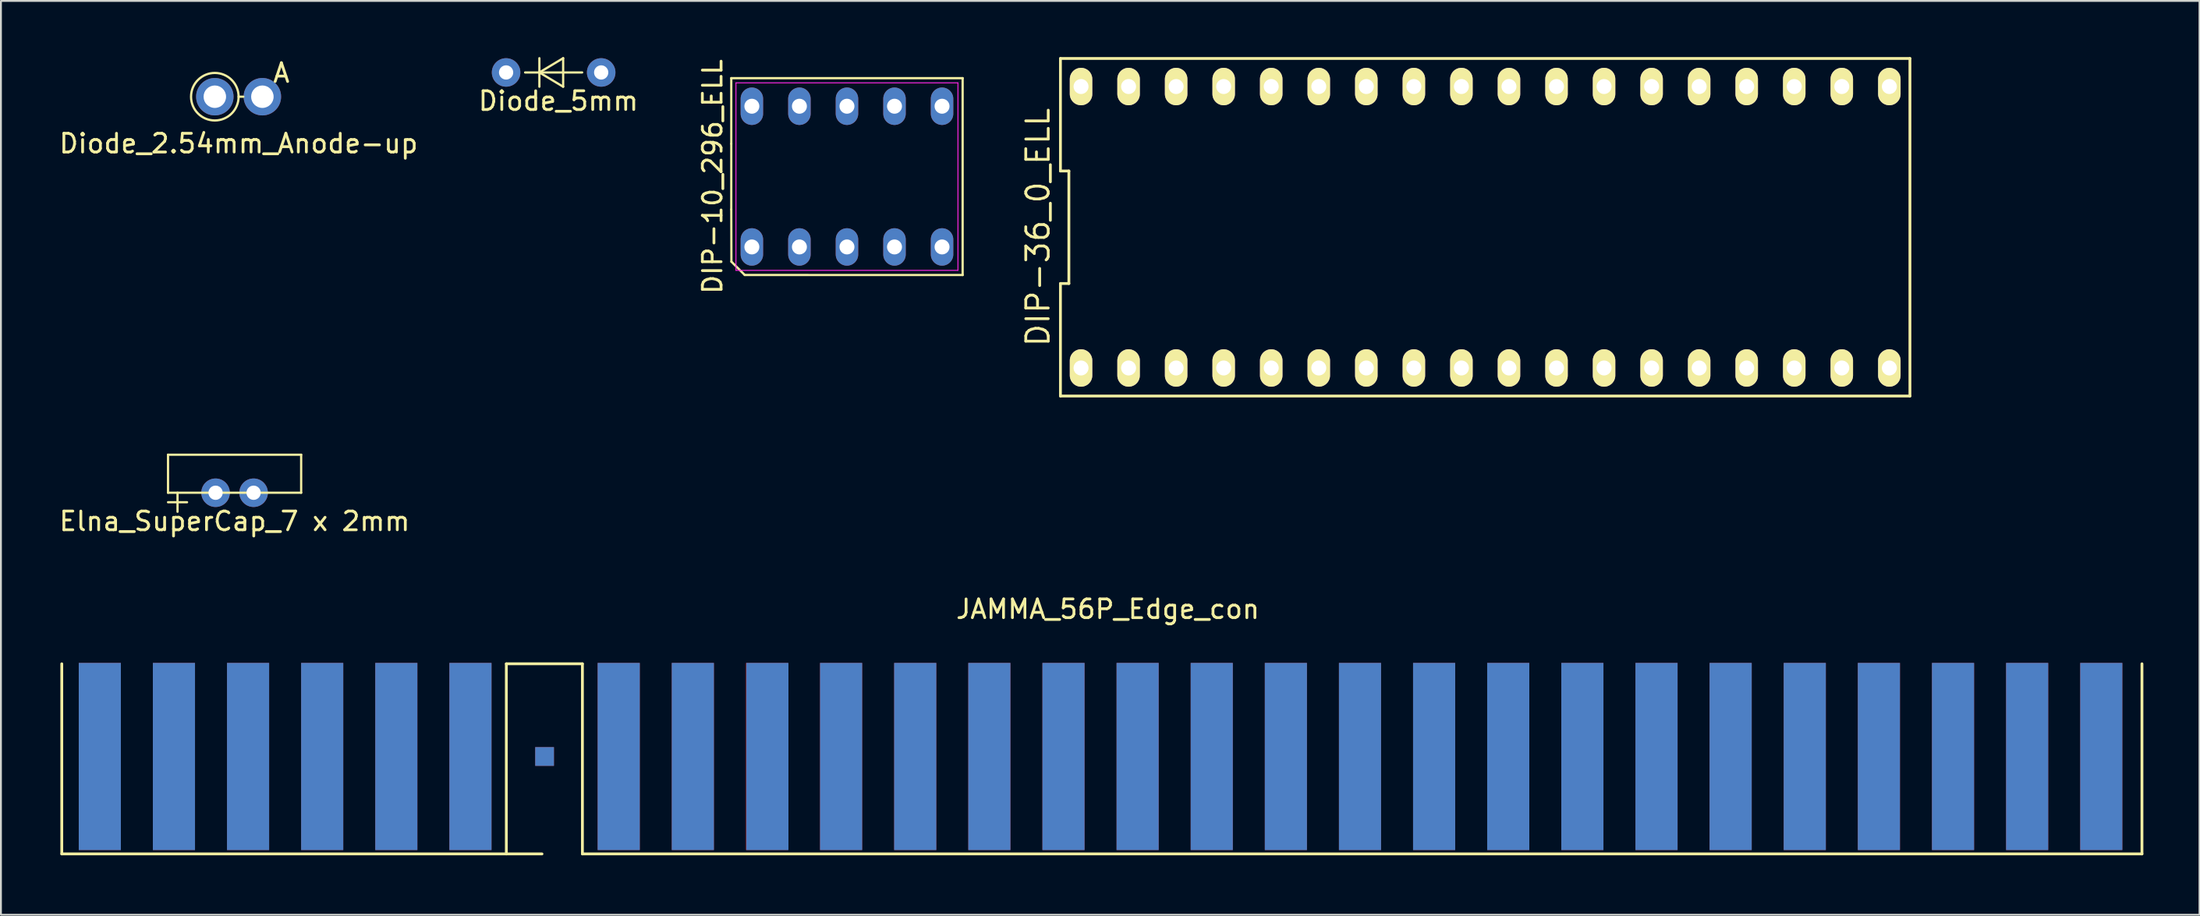
<source format=kicad_pcb>
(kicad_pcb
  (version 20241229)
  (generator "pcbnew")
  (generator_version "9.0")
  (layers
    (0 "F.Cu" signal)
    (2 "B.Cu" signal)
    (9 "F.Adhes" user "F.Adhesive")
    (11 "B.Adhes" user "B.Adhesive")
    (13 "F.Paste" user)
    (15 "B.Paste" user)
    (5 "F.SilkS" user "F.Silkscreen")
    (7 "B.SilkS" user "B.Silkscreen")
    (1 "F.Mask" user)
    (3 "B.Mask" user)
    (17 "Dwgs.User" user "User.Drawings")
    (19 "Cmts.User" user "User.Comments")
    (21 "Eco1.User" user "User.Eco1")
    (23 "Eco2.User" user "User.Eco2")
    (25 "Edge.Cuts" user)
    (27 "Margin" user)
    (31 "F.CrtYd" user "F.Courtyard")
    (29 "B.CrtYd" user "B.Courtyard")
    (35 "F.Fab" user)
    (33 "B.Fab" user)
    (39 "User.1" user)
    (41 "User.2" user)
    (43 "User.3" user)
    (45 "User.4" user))
  (footprint "JAMMA_56P_Edge_con"
    (layer "F.Cu")
    (at 0.25 42.584)
    (property "Reference" "JAMMA_56P_Edge_con" (at 55.88 -13.081 0) (layer "F.SilkS") (effects (font (size 1 1) (thickness 0.15))))
    (attr through_hole)
    (fp_line (start 0 -10.16) (end 0 0) (stroke (width 0.15) (type solid)) (layer "F.SilkS"))
    (fp_line (start 0 0) (end 25.654 0) (stroke (width 0.15) (type solid)) (layer "F.SilkS"))
    (fp_line (start 23.749 -10.16) (end 27.813 -10.16) (stroke (width 0.15) (type solid)) (layer "F.SilkS"))
    (fp_line (start 23.749 0) (end 23.749 -10.16) (stroke (width 0.15) (type solid)) (layer "F.SilkS"))
    (fp_line (start 27.813 -10.16) (end 27.813 0) (stroke (width 0.15) (type solid)) (layer "F.SilkS"))
    (fp_line (start 27.813 0) (end 111.125 0) (stroke (width 0.15) (type solid)) (layer "F.SilkS"))
    (fp_line (start 111.125 0) (end 111.125 -10.16) (stroke (width 0.15) (type solid)) (layer "F.SilkS"))
    (pad "1" smd rect (at 2.032 -5.207) (size 2.25 10) (layers "F.Cu" "F.Mask" "F.Paste"))
    (pad "2" smd rect (at 5.992 -5.207) (size 2.25 10) (layers "F.Cu" "F.Mask" "F.Paste"))
    (pad "3" smd rect (at 9.952 -5.207) (size 2.25 10) (layers "F.Cu" "F.Mask" "F.Paste"))
    (pad "4" smd rect (at 13.912 -5.207) (size 2.25 10) (layers "*.Paste" "*.Mask" "F.Cu"))
    (pad "5" smd rect (at 17.872 -5.207) (size 2.25 10) (layers "*.Paste" "*.Mask" "F.Cu"))
    (pad "6" smd rect (at 21.832 -5.207) (size 2.25 10) (layers "*.Paste" "*.Mask" "F.Cu"))
    (pad "7" smd rect (at 25.792 -5.207) (size 1 1) (layers "*.Paste" "*.Mask" "F.Cu"))
    (pad "8" smd rect (at 29.752 -5.207) (size 2.25 10) (layers "*.Paste" "*.Mask" "F.Cu"))
    (pad "9" smd rect (at 33.712 -5.207) (size 2.25 10) (layers "*.Paste" "*.Mask" "F.Cu"))
    (pad "10" smd rect (at 37.672 -5.207) (size 2.25 10) (layers "*.Paste" "*.Mask" "F.Cu"))
    (pad "11" smd rect (at 41.632 -5.207) (size 2.25 10) (layers "*.Paste" "*.Mask" "F.Cu"))
    (pad "12" smd rect (at 45.592 -5.207) (size 2.25 10) (layers "*.Paste" "*.Mask" "F.Cu"))
    (pad "13" smd rect (at 49.552 -5.207) (size 2.25 10) (layers "*.Paste" "*.Mask" "F.Cu"))
    (pad "14" smd rect (at 53.512 -5.207) (size 2.25 10) (layers "*.Paste" "*.Mask" "F.Cu"))
    (pad "15" smd rect (at 57.472 -5.207) (size 2.25 10) (layers "*.Paste" "*.Mask" "F.Cu"))
    (pad "16" smd rect (at 61.432 -5.207) (size 2.25 10) (layers "*.Paste" "*.Mask" "F.Cu"))
    (pad "17" smd rect (at 65.392 -5.207) (size 2.25 10) (layers "*.Paste" "*.Mask" "F.Cu"))
    (pad "18" smd rect (at 69.352 -5.207) (size 2.25 10) (layers "*.Paste" "*.Mask" "F.Cu"))
    (pad "19" smd rect (at 73.312 -5.207) (size 2.25 10) (layers "*.Paste" "*.Mask" "F.Cu"))
    (pad "20" smd rect (at 77.272 -5.207) (size 2.25 10) (layers "*.Paste" "*.Mask" "F.Cu"))
    (pad "21" smd rect (at 81.232 -5.207) (size 2.25 10) (layers "*.Paste" "*.Mask" "F.Cu"))
    (pad "22" smd rect (at 85.192 -5.207) (size 2.25 10) (layers "*.Paste" "*.Mask" "F.Cu"))
    (pad "23" smd rect (at 89.152 -5.207) (size 2.25 10) (layers "*.Paste" "*.Mask" "F.Cu"))
    (pad "24" smd rect (at 93.112 -5.207) (size 2.25 10) (layers "*.Paste" "*.Mask" "F.Cu"))
    (pad "25" smd rect (at 97.072 -5.207) (size 2.25 10) (layers "*.Paste" "*.Mask" "F.Cu"))
    (pad "26" smd rect (at 101.032 -5.207) (size 2.25 10) (layers "*.Paste" "*.Mask" "F.Cu"))
    (pad "27" smd rect (at 104.992 -5.207) (size 2.25 10) (layers "*.Paste" "*.Mask" "F.Cu"))
    (pad "28" smd rect (at 108.952 -5.207) (size 2.25 10) (layers "*.Paste" "*.Mask" "F.Cu"))
    (pad "A" smd rect (at 2.032 -5.207) (size 2.25 10) (layers "*.Paste" "*.Mask" "B.Cu"))
    (pad "B" smd rect (at 5.992 -5.207) (size 2.25 10) (layers "*.Paste" "*.Mask" "B.Cu"))
    (pad "C" smd rect (at 9.952 -5.207) (size 2.25 10) (layers "*.Paste" "*.Mask" "B.Cu"))
    (pad "D" smd rect (at 13.912 -5.207) (size 2.25 10) (layers "*.Paste" "*.Mask" "B.Cu"))
    (pad "E" smd rect (at 17.872 -5.207) (size 2.25 10) (layers "*.Paste" "*.Mask" "B.Cu"))
    (pad "F" smd rect (at 21.832 -5.207) (size 2.25 10) (layers "*.Paste" "*.Mask" "B.Cu"))
    (pad "H" smd rect (at 25.792 -5.207) (size 1 1) (layers "*.Paste" "*.Mask" "B.Cu"))
    (pad "J" smd rect (at 29.752 -5.207) (size 2.25 10) (layers "*.Paste" "*.Mask" "B.Cu"))
    (pad "K" smd rect (at 33.712 -5.207) (size 2.25 10) (layers "*.Paste" "*.Mask" "B.Cu"))
    (pad "L" smd rect (at 37.695 -5.207) (size 2.25 10) (layers "*.Paste" "*.Mask" "B.Cu"))
    (pad "M" smd rect (at 41.632 -5.207) (size 2.25 10) (layers "*.Paste" "*.Mask" "B.Cu"))
    (pad "N" smd rect (at 45.592 -5.207) (size 2.25 10) (layers "*.Paste" "*.Mask" "B.Cu"))
    (pad "P" smd rect (at 49.552 -5.207) (size 2.25 10) (layers "*.Paste" "*.Mask" "B.Cu"))
    (pad "R" smd rect (at 53.512 -5.207) (size 2.25 10) (layers "*.Paste" "*.Mask" "B.Cu"))
    (pad "S" smd rect (at 57.472 -5.207) (size 2.25 10) (layers "*.Paste" "*.Mask" "B.Cu"))
    (pad "T" smd rect (at 61.432 -5.207) (size 2.25 10) (layers "*.Paste" "*.Mask" "B.Cu"))
    (pad "U" smd rect (at 65.392 -5.207) (size 2.25 10) (layers "*.Paste" "*.Mask" "B.Cu"))
    (pad "V" smd rect (at 69.352 -5.207) (size 2.25 10) (layers "*.Paste" "*.Mask" "B.Cu"))
    (pad "W" smd rect (at 73.312 -5.207) (size 2.25 10) (layers "*.Paste" "*.Mask" "B.Cu"))
    (pad "X" smd rect (at 77.272 -5.207) (size 2.25 10) (layers "*.Paste" "*.Mask" "B.Cu"))
    (pad "Y" smd rect (at 81.232 -5.207) (size 2.25 10) (layers "*.Paste" "*.Mask" "B.Cu"))
    (pad "Z" smd rect (at 85.192 -5.207) (size 2.25 10) (layers "*.Paste" "*.Mask" "B.Cu"))
    (pad "a" smd rect (at 89.152 -5.207) (size 2.25 10) (layers "*.Paste" "*.Mask" "B.Cu"))
    (pad "b" smd rect (at 93.112 -5.207) (size 2.25 10) (layers "*.Paste" "*.Mask" "B.Cu"))
    (pad "c" smd rect (at 97.072 -5.207) (size 2.25 10) (layers "*.Paste" "*.Mask" "B.Cu"))
    (pad "d" smd rect (at 101.032 -5.207) (size 2.25 10) (layers "*.Paste" "*.Mask" "B.Cu"))
    (pad "e" smd rect (at 104.992 -5.207) (size 2.25 10) (layers "*.Paste" "*.Mask" "B.Cu"))
    (pad "f" smd rect (at 108.952 -5.207) (size 2.25 10) (layers "*.Paste" "*.Mask" "B.Cu")))
  (footprint "Elna_SuperCap_7 x 2mm"
    (layer "F.Cu")
    (at 5.926 23.282)
    (property "Reference" "Elna_SuperCap_7 x 2mm" (at 3.556 1.524 0) (layer "F.SilkS") (effects (font (size 1 1) (thickness 0.15))))
    (attr through_hole)
    (fp_line (start 0 -2.032) (end 0 0) (stroke (width 0.12) (type solid)) (layer "F.SilkS"))
    (fp_line (start 0 0) (end 7.112 0) (stroke (width 0.12) (type solid)) (layer "F.SilkS"))
    (fp_line (start 0 0.508) (end 1.016 0.508) (stroke (width 0.12) (type solid)) (layer "F.SilkS"))
    (fp_line (start 0.508 0) (end 0.508 1.016) (stroke (width 0.12) (type solid)) (layer "F.SilkS"))
    (fp_line (start 7.112 -2.032) (end 0 -2.032) (stroke (width 0.12) (type solid)) (layer "F.SilkS"))
    (fp_line (start 7.112 0) (end 7.112 -2.032) (stroke (width 0.12) (type solid)) (layer "F.SilkS"))
    (pad "1" thru_hole circle (at 2.54 0) (size 1.524 1.524) (drill 0.762) (layers "*.Cu" "*.Mask"))
    (pad "2" thru_hole circle (at 4.572 0) (size 1.524 1.524) (drill 0.762) (layers "*.Cu" "*.Mask")))
  (footprint "DIP-10_296_ELL"
    (layer "F.Cu")
    (at 42.195 6.387)
    (property "Reference" "DIP-10_296_ELL" (at -7.18 0 90) (layer "F.SilkS") (effects (font (size 1 1) (thickness 0.15))))
    (attr through_hole)
    (fp_line (start -6.18 -5.26) (end -6.18 -1.753) (stroke (width 0.12) (type solid)) (layer "F.SilkS"))
    (fp_line (start -6.18 -1.753) (end -6.18 1.753) (stroke (width 0.12) (type solid)) (layer "F.SilkS"))
    (fp_line (start -6.18 1.753) (end -6.172 4.547) (stroke (width 0.12) (type solid)) (layer "F.SilkS"))
    (fp_line (start -6.172 4.547) (end -5.461 5.258) (stroke (width 0.12) (type solid)) (layer "F.SilkS"))
    (fp_line (start -5.461 5.258) (end 6.18 5.26) (stroke (width 0.12) (type solid)) (layer "F.SilkS"))
    (fp_line (start 6.18 -5.26) (end -6.18 -5.26) (stroke (width 0.12) (type solid)) (layer "F.SilkS"))
    (fp_line (start 6.18 5.26) (end 6.18 -5.26) (stroke (width 0.12) (type solid)) (layer "F.SilkS"))
    (fp_line (start -5.93 -5.01) (end 5.93 -5.01) (stroke (width 0.05) (type solid)) (layer "F.CrtYd"))
    (fp_line (start -5.93 5.01) (end -5.93 -5.01) (stroke (width 0.05) (type solid)) (layer "F.CrtYd"))
    (fp_line (start 5.93 -5.01) (end 5.93 5.01) (stroke (width 0.05) (type solid)) (layer "F.CrtYd"))
    (fp_line (start 5.93 5.01) (end -5.93 5.01) (stroke (width 0.05) (type solid)) (layer "F.CrtYd"))
    (pad "1" thru_hole oval (at -5.08 3.76) (size 1.2 2) (drill 0.8) (layers "*.Cu" "*.Mask"))
    (pad "2" thru_hole oval (at -2.54 3.76) (size 1.2 2) (drill 0.8) (layers "*.Cu" "*.Mask"))
    (pad "3" thru_hole oval (at 0 3.76) (size 1.2 2) (drill 0.8) (layers "*.Cu" "*.Mask"))
    (pad "4" thru_hole oval (at 2.54 3.76) (size 1.2 2) (drill 0.8) (layers "*.Cu" "*.Mask"))
    (pad "5" thru_hole oval (at 5.08 3.76) (size 1.2 2) (drill 0.8) (layers "*.Cu" "*.Mask"))
    (pad "6" thru_hole oval (at 5.08 -3.76) (size 1.2 2) (drill 0.8) (layers "*.Cu" "*.Mask"))
    (pad "7" thru_hole oval (at 2.54 -3.76) (size 1.2 2) (drill 0.8) (layers "*.Cu" "*.Mask"))
    (pad "8" thru_hole oval (at 0 -3.76) (size 1.2 2) (drill 0.8) (layers "*.Cu" "*.Mask"))
    (pad "9" thru_hole oval (at -2.54 -3.76) (size 1.2 2) (drill 0.8) (layers "*.Cu" "*.Mask"))
    (pad "10" thru_hole oval (at -5.08 -3.76) (size 1.2 2) (drill 0.8) (layers "*.Cu" "*.Mask")))
  (footprint "Diode_2.54mm_Anode-up"
    (layer "F.Cu")
    (at 9.696 2.118)
    (property "Reference" "Diode_2.54mm_Anode-up" (at 0 2.5 0) (layer "F.SilkS") (effects (font (size 1 1) (thickness 0.15))))
    (attr through_hole)
    (fp_line (start 0 0) (end 0.254 0) (stroke (width 0.12) (type solid)) (layer "F.SilkS"))
    (fp_circle (center -1.27 0) (end -1.27 1.27) (stroke (width 0.12) (type solid)) (fill no) (layer "F.SilkS"))
    (fp_text user "A" (at 2.286 -1.27 0) (layer "F.SilkS") (effects (font (size 1 1) (thickness 0.15))))
    (pad "1" thru_hole circle (at -1.27 0) (size 2 2) (drill 1.2) (layers "*.Cu" "*.Mask"))
    (pad "2" thru_hole circle (at 1.27 0) (size 2 2) (drill 1.2) (layers "*.Cu" "*.Mask")))
  (footprint "Diode_5mm"
    (layer "F.Cu")
    (at 23.986 0.822)
    (property "Reference" "Diode_5mm" (at 2.794 1.524 0) (layer "F.SilkS") (effects (font (size 1 1) (thickness 0.15))))
    (attr through_hole)
    (fp_line (start 1.016 0) (end 4.064 0) (stroke (width 0.12) (type solid)) (layer "F.SilkS"))
    (fp_line (start 1.778 -0.762) (end 1.778 0.762) (stroke (width 0.12) (type solid)) (layer "F.SilkS"))
    (fp_line (start 1.778 0) (end 3.048 -0.762) (stroke (width 0.12) (type solid)) (layer "F.SilkS"))
    (fp_line (start 3.048 -0.762) (end 3.048 0.762) (stroke (width 0.12) (type solid)) (layer "F.SilkS"))
    (fp_line (start 3.048 0.762) (end 1.778 0) (stroke (width 0.12) (type solid)) (layer "F.SilkS"))
    (pad "1" thru_hole circle (at 0 0) (size 1.524 1.524) (drill 0.762) (layers "*.Cu" "*.Mask"))
    (pad "2" thru_hole circle (at 5.08 0) (size 1.524 1.524) (drill 0.762) (layers "*.Cu" "*.Mask")))
  (footprint "DIP-36_0_ELL"
    (layer "F.Cu")
    (at 76.29 9.095)
    (property "Reference" "DIP-36_0_ELL" (at -23.89 0 90) (layer "F.SilkS") (effects (font (size 1.2 1.2) (thickness 0.15))))
    (attr through_hole)
    (fp_line (start -22.69 -9.02) (end -22.69 -3.007) (stroke (width 0.15) (type solid)) (layer "F.SilkS"))
    (fp_line (start -22.69 -3.007) (end -22.24 -3.007) (stroke (width 0.15) (type solid)) (layer "F.SilkS"))
    (fp_line (start -22.69 3.007) (end -22.69 9.02) (stroke (width 0.15) (type solid)) (layer "F.SilkS"))
    (fp_line (start -22.69 9.02) (end 22.69 9.02) (stroke (width 0.15) (type solid)) (layer "F.SilkS"))
    (fp_line (start -22.24 -3.007) (end -22.24 3.007) (stroke (width 0.15) (type solid)) (layer "F.SilkS"))
    (fp_line (start -22.24 3.007) (end -22.69 3.007) (stroke (width 0.15) (type solid)) (layer "F.SilkS"))
    (fp_line (start 22.69 -9.02) (end -22.69 -9.02) (stroke (width 0.15) (type solid)) (layer "F.SilkS"))
    (fp_line (start 22.69 9.02) (end 22.69 -9.02) (stroke (width 0.15) (type solid)) (layer "F.SilkS"))
    (pad "1" thru_hole oval (at -21.59 7.52) (size 1.2 2) (drill 0.8) (layers "*.Cu" "*.Mask" "F.SilkS"))
    (pad "2" thru_hole oval (at -19.05 7.52) (size 1.2 2) (drill 0.8) (layers "*.Cu" "*.Mask" "F.SilkS"))
    (pad "3" thru_hole oval (at -16.51 7.52) (size 1.2 2) (drill 0.8) (layers "*.Cu" "*.Mask" "F.SilkS"))
    (pad "4" thru_hole oval (at -13.97 7.52) (size 1.2 2) (drill 0.8) (layers "*.Cu" "*.Mask" "F.SilkS"))
    (pad "5" thru_hole oval (at -11.43 7.52) (size 1.2 2) (drill 0.8) (layers "*.Cu" "*.Mask" "F.SilkS"))
    (pad "6" thru_hole oval (at -8.89 7.52) (size 1.2 2) (drill 0.8) (layers "*.Cu" "*.Mask" "F.SilkS"))
    (pad "7" thru_hole oval (at -6.35 7.52) (size 1.2 2) (drill 0.8) (layers "*.Cu" "*.Mask" "F.SilkS"))
    (pad "8" thru_hole oval (at -3.81 7.52) (size 1.2 2) (drill 0.8) (layers "*.Cu" "*.Mask" "F.SilkS"))
    (pad "9" thru_hole oval (at -1.27 7.52) (size 1.2 2) (drill 0.8) (layers "*.Cu" "*.Mask" "F.SilkS"))
    (pad "10" thru_hole oval (at 1.27 7.52) (size 1.2 2) (drill 0.8) (layers "*.Cu" "*.Mask" "F.SilkS"))
    (pad "11" thru_hole oval (at 3.81 7.52) (size 1.2 2) (drill 0.8) (layers "*.Cu" "*.Mask" "F.SilkS"))
    (pad "12" thru_hole oval (at 6.35 7.52) (size 1.2 2) (drill 0.8) (layers "*.Cu" "*.Mask" "F.SilkS"))
    (pad "13" thru_hole oval (at 8.89 7.52) (size 1.2 2) (drill 0.8) (layers "*.Cu" "*.Mask" "F.SilkS"))
    (pad "14" thru_hole oval (at 11.43 7.52) (size 1.2 2) (drill 0.8) (layers "*.Cu" "*.Mask" "F.SilkS"))
    (pad "15" thru_hole oval (at 13.97 7.52) (size 1.2 2) (drill 0.8) (layers "*.Cu" "*.Mask" "F.SilkS"))
    (pad "16" thru_hole oval (at 16.51 7.52) (size 1.2 2) (drill 0.8) (layers "*.Cu" "*.Mask" "F.SilkS"))
    (pad "17" thru_hole oval (at 19.05 7.52) (size 1.2 2) (drill 0.8) (layers "*.Cu" "*.Mask" "F.SilkS"))
    (pad "18" thru_hole oval (at 21.59 7.52) (size 1.2 2) (drill 0.8) (layers "*.Cu" "*.Mask" "F.SilkS"))
    (pad "19" thru_hole oval (at 21.59 -7.52) (size 1.2 2) (drill 0.8) (layers "*.Cu" "*.Mask" "F.SilkS"))
    (pad "20" thru_hole oval (at 19.05 -7.52) (size 1.2 2) (drill 0.8) (layers "*.Cu" "*.Mask" "F.SilkS"))
    (pad "21" thru_hole oval (at 16.51 -7.52) (size 1.2 2) (drill 0.8) (layers "*.Cu" "*.Mask" "F.SilkS"))
    (pad "22" thru_hole oval (at 13.97 -7.52) (size 1.2 2) (drill 0.8) (layers "*.Cu" "*.Mask" "F.SilkS"))
    (pad "23" thru_hole oval (at 11.43 -7.52) (size 1.2 2) (drill 0.8) (layers "*.Cu" "*.Mask" "F.SilkS"))
    (pad "24" thru_hole oval (at 8.89 -7.52) (size 1.2 2) (drill 0.8) (layers "*.Cu" "*.Mask" "F.SilkS"))
    (pad "25" thru_hole oval (at 6.35 -7.52) (size 1.2 2) (drill 0.8) (layers "*.Cu" "*.Mask" "F.SilkS"))
    (pad "26" thru_hole oval (at 3.81 -7.52) (size 1.2 2) (drill 0.8) (layers "*.Cu" "*.Mask" "F.SilkS"))
    (pad "27" thru_hole oval (at 1.27 -7.52) (size 1.2 2) (drill 0.8) (layers "*.Cu" "*.Mask" "F.SilkS"))
    (pad "28" thru_hole oval (at -1.27 -7.52) (size 1.2 2) (drill 0.8) (layers "*.Cu" "*.Mask" "F.SilkS"))
    (pad "29" thru_hole oval (at -3.81 -7.52) (size 1.2 2) (drill 0.8) (layers "*.Cu" "*.Mask" "F.SilkS"))
    (pad "30" thru_hole oval (at -6.35 -7.52) (size 1.2 2) (drill 0.8) (layers "*.Cu" "*.Mask" "F.SilkS"))
    (pad "31" thru_hole oval (at -8.89 -7.52) (size 1.2 2) (drill 0.8) (layers "*.Cu" "*.Mask" "F.SilkS"))
    (pad "32" thru_hole oval (at -11.43 -7.52) (size 1.2 2) (drill 0.8) (layers "*.Cu" "*.Mask" "F.SilkS"))
    (pad "33" thru_hole oval (at -13.97 -7.52) (size 1.2 2) (drill 0.8) (layers "*.Cu" "*.Mask" "F.SilkS"))
    (pad "34" thru_hole oval (at -16.51 -7.52) (size 1.2 2) (drill 0.8) (layers "*.Cu" "*.Mask" "F.SilkS"))
    (pad "35" thru_hole oval (at -19.05 -7.52) (size 1.2 2) (drill 0.8) (layers "*.Cu" "*.Mask" "F.SilkS"))
    (pad "36" thru_hole oval (at -21.59 -7.52) (size 1.2 2) (drill 0.8) (layers "*.Cu" "*.Mask" "F.SilkS")))
  (gr_rect
    (start -3 -3)
    (end 114.45 45.834)
    (stroke (width 0.1) (type default))
    (fill no)
    (layer "Edge.Cuts")))
</source>
